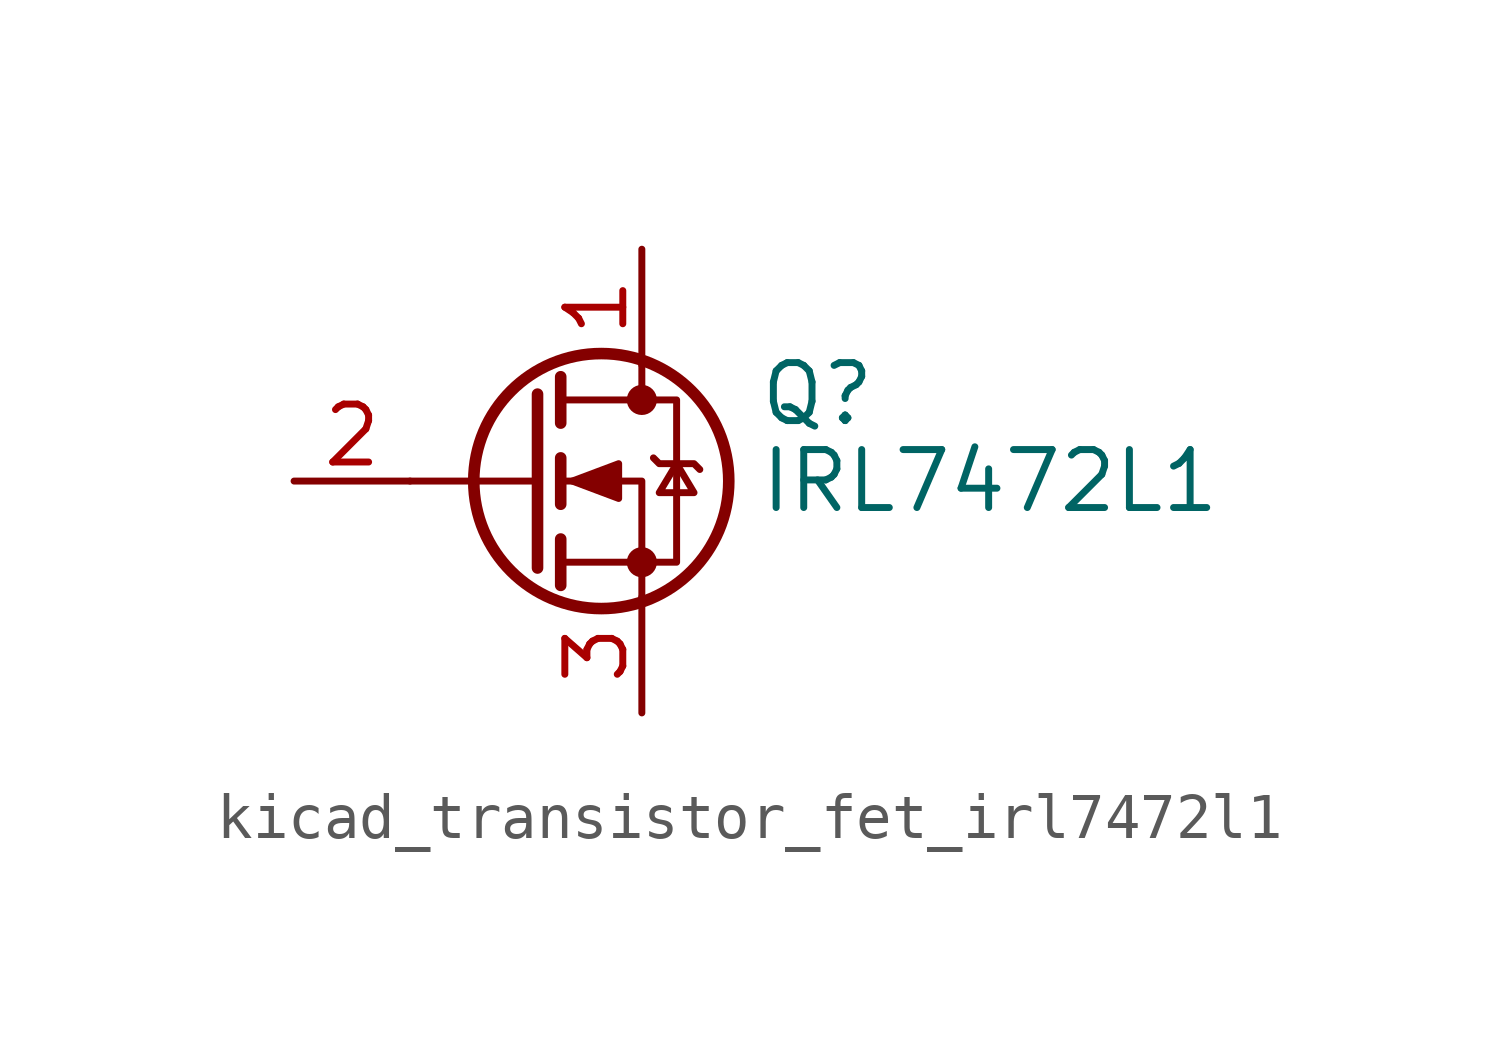
<source format=kicad_sym>
(kicad_symbol_lib
  (version 20220914)
  (generator kicad_symbol_editor)
  (symbol "kicad_transistor_fet_irl7472l1"
    (pin_names hide)
    (property "Reference" "Q"
      (at 5.08 1.905 0)
      (effects (font (size 1.27 1.27)) (justify left)))
    (property "Value" "IRL7472L1"
      (at 5.08 0 0)
      (effects (font (size 1.27 1.27)) (justify left)))
    (symbol "kicad_transistor_fet_irl7472l1_0_1"
      (polyline (pts (xy 0.254 0) (xy -2.54 0)) (stroke (width 0) (type default)) (fill (type none)))
      (polyline (pts (xy 0.254 1.905) (xy 0.254 -1.905)) (stroke (width 0.254) (type default)) (fill (type none)))
      (polyline (pts (xy 0.762 -1.27) (xy 0.762 -2.286)) (stroke (width 0.254) (type default)) (fill (type none)))
      (polyline (pts (xy 0.762 0.508) (xy 0.762 -0.508)) (stroke (width 0.254) (type default)) (fill (type none)))
      (polyline (pts (xy 0.762 2.286) (xy 0.762 1.27)) (stroke (width 0.254) (type default)) (fill (type none)))
      (polyline (pts (xy 2.54 2.54) (xy 2.54 1.778)) (stroke (width 0) (type default)) (fill (type none)))
      (polyline (pts (xy 2.54 -2.54) (xy 2.54 0) (xy 0.762 0)) (stroke (width 0) (type default)) (fill (type none)))
      (polyline (pts (xy 0.762 -1.778) (xy 3.302 -1.778) (xy 3.302 1.778) (xy 0.762 1.778)) (stroke (width 0) (type default)) (fill (type none)))
      (polyline (pts (xy 1.016 0) (xy 2.032 0.381) (xy 2.032 -0.381) (xy 1.016 0)) (stroke (width 0) (type default)) (fill (type outline)))
      (polyline (pts (xy 2.794 0.508) (xy 2.921 0.381) (xy 3.683 0.381) (xy 3.81 0.254)) (stroke (width 0) (type default)) (fill (type none)))
      (polyline (pts (xy 3.302 0.381) (xy 2.921 -0.254) (xy 3.683 -0.254) (xy 3.302 0.381)) (stroke (width 0) (type default)) (fill (type none)))
      (circle (center 1.651 0) (radius 2.794) (stroke (width 0.254) (type default)) (fill (type none)))
      (circle (center 2.54 -1.778) (radius 0.254) (stroke (width 0) (type default)) (fill (type outline)))
      (circle (center 2.54 1.778) (radius 0.254) (stroke (width 0) (type default)) (fill (type outline))))
    (symbol "kicad_transistor_fet_irl7472l1_1_1"
      (pin passive line (at 2.54 5.08 270) (length 2.54) (name "D" (effects (font (size 1.27 1.27)))) (number "1" (effects (font (size 1.27 1.27)))))
      (pin input line (at -5.08 0 0) (length 2.54) (name "G" (effects (font (size 1.27 1.27)))) (number "2" (effects (font (size 1.27 1.27)))))
      (pin passive line (at 2.54 -5.08 90) (length 2.54) (name "S" (effects (font (size 1.27 1.27)))) (number "3" (effects (font (size 1.27 1.27))))))))
</source>
